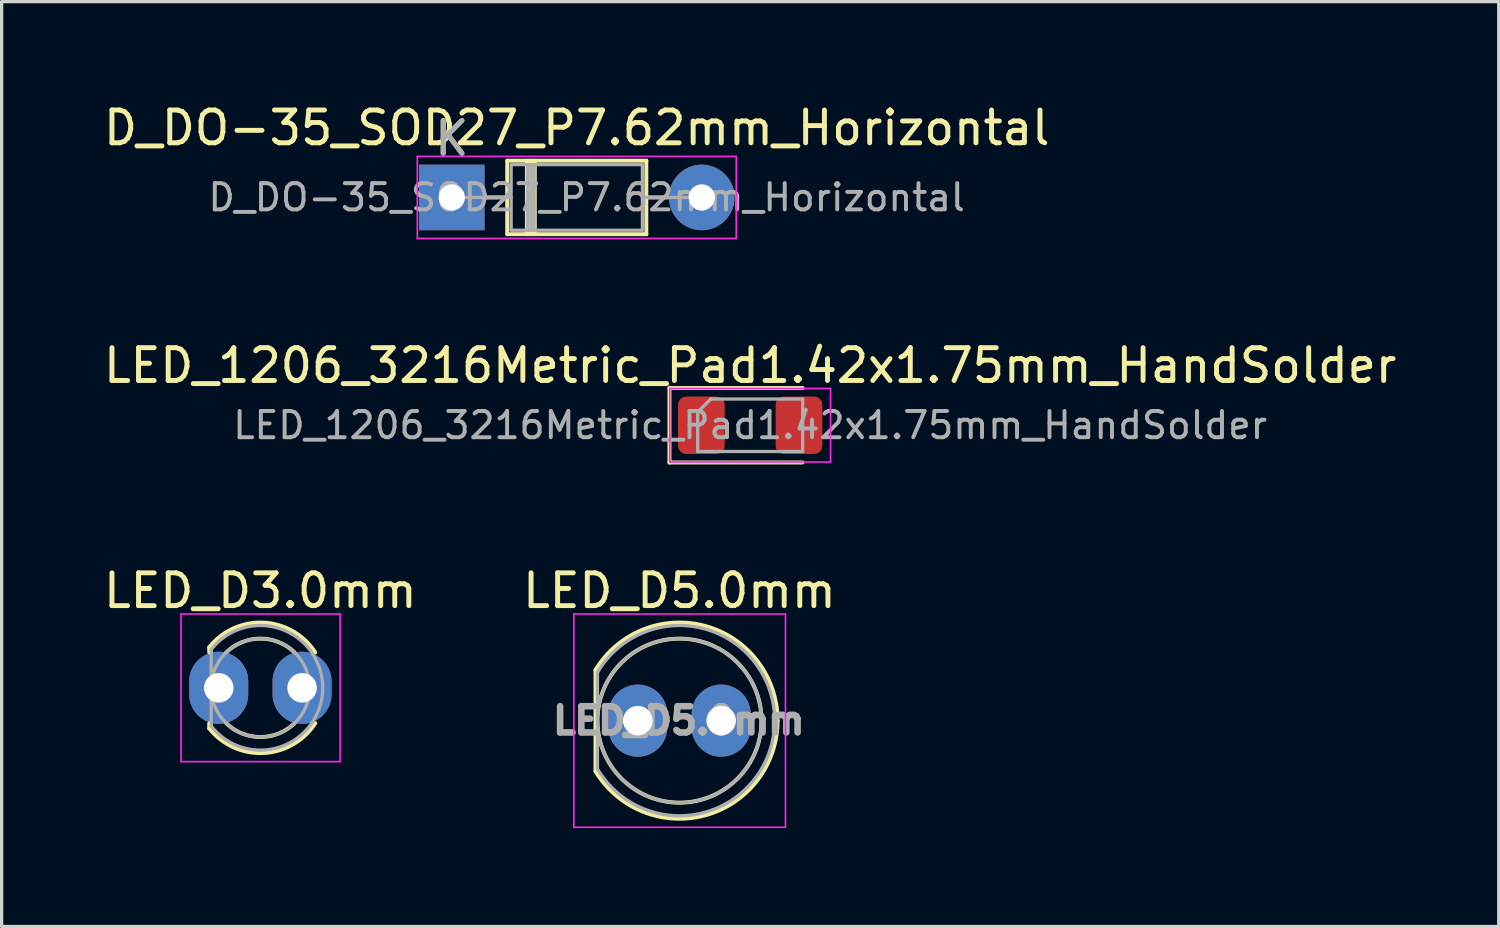
<source format=kicad_pcb>
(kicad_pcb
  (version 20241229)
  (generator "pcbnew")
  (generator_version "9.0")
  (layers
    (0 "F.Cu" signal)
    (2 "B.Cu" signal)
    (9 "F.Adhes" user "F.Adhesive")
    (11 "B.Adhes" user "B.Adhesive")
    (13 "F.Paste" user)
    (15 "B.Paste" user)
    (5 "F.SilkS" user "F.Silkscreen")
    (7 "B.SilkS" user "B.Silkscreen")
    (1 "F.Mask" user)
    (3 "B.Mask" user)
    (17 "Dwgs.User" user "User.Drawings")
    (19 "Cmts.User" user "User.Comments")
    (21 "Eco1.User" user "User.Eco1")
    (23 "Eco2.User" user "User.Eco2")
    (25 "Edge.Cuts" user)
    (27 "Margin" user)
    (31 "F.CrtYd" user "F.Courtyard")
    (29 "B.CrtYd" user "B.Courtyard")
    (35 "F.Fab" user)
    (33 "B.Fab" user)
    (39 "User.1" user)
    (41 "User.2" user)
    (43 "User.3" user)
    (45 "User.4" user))
  (footprint "D_DO-35_SOD27_P7.62mm_Horizontal"
    (layer "F.Cu")
    (at 10.72 2.968)
    (property "Reference" "D_DO-35_SOD27_P7.62mm_Horizontal" (at 3.81 -2.12 0) (layer "F.SilkS") (effects (font (size 1 1) (thickness 0.15))))
    (attr through_hole)
    (fp_line (start 1.04 0) (end 1.69 0) (stroke (width 0.12) (type solid)) (layer "F.SilkS"))
    (fp_line (start 1.69 -1.12) (end 1.69 1.12) (stroke (width 0.12) (type solid)) (layer "F.SilkS"))
    (fp_line (start 1.69 1.12) (end 5.93 1.12) (stroke (width 0.12) (type solid)) (layer "F.SilkS"))
    (fp_line (start 2.29 -1.12) (end 2.29 1.12) (stroke (width 0.12) (type solid)) (layer "F.SilkS"))
    (fp_line (start 2.41 -1.12) (end 2.41 1.12) (stroke (width 0.12) (type solid)) (layer "F.SilkS"))
    (fp_line (start 2.53 -1.12) (end 2.53 1.12) (stroke (width 0.12) (type solid)) (layer "F.SilkS"))
    (fp_line (start 5.93 -1.12) (end 1.69 -1.12) (stroke (width 0.12) (type solid)) (layer "F.SilkS"))
    (fp_line (start 5.93 1.12) (end 5.93 -1.12) (stroke (width 0.12) (type solid)) (layer "F.SilkS"))
    (fp_line (start 6.58 0) (end 5.93 0) (stroke (width 0.12) (type solid)) (layer "F.SilkS"))
    (fp_line (start -1.05 -1.25) (end -1.05 1.25) (stroke (width 0.05) (type solid)) (layer "F.CrtYd"))
    (fp_line (start -1.05 1.25) (end 8.67 1.25) (stroke (width 0.05) (type solid)) (layer "F.CrtYd"))
    (fp_line (start 8.67 -1.25) (end -1.05 -1.25) (stroke (width 0.05) (type solid)) (layer "F.CrtYd"))
    (fp_line (start 8.67 1.25) (end 8.67 -1.25) (stroke (width 0.05) (type solid)) (layer "F.CrtYd"))
    (fp_line (start 0 0) (end 1.81 0) (stroke (width 0.1) (type solid)) (layer "F.Fab"))
    (fp_line (start 1.81 -1) (end 1.81 1) (stroke (width 0.1) (type solid)) (layer "F.Fab"))
    (fp_line (start 1.81 1) (end 5.81 1) (stroke (width 0.1) (type solid)) (layer "F.Fab"))
    (fp_line (start 2.31 -1) (end 2.31 1) (stroke (width 0.1) (type solid)) (layer "F.Fab"))
    (fp_line (start 2.41 -1) (end 2.41 1) (stroke (width 0.1) (type solid)) (layer "F.Fab"))
    (fp_line (start 2.51 -1) (end 2.51 1) (stroke (width 0.1) (type solid)) (layer "F.Fab"))
    (fp_line (start 5.81 -1) (end 1.81 -1) (stroke (width 0.1) (type solid)) (layer "F.Fab"))
    (fp_line (start 5.81 1) (end 5.81 -1) (stroke (width 0.1) (type solid)) (layer "F.Fab"))
    (fp_line (start 7.62 0) (end 5.81 0) (stroke (width 0.1) (type solid)) (layer "F.Fab"))
    (fp_text user "K" (at 0 -1.8 0) (layer "F.SilkS") (effects (font (size 1 1) (thickness 0.15))))
    (fp_text user "${REFERENCE}" (at 4.11 0 0) (layer "F.Fab") (effects (font (size 0.8 0.8) (thickness 0.12))))
    (fp_text user "K" (at 0 -1.8 0) (layer "F.Fab") (effects (font (size 1 1) (thickness 0.15))))
    (pad "1" thru_hole rect (at 0 0) (size 2 2) (drill 0.8) (layers "*.Cu" "*.Mask"))
    (pad "2" thru_hole oval (at 7.62 0) (size 2 2) (drill 0.8) (layers "*.Cu" "*.Mask")))
  (footprint "LED_D3.0mm"
    (layer "F.Cu")
    (at 3.617 17.915)
    (property "Reference" "LED_D3.0mm" (at 1.27 -2.96 0) (layer "F.SilkS") (effects (font (size 1 1) (thickness 0.15))))
    (attr through_hole)
    (fp_line (start -0.29 -1.236) (end -0.29 -1.08) (stroke (width 0.12) (type solid)) (layer "F.SilkS"))
    (fp_line (start -0.29 1.08) (end -0.29 1.236) (stroke (width 0.12) (type solid)) (layer "F.SilkS"))
    (fp_arc (start -0.29 -1.235516) (mid 1.366487 -1.987659) (end 2.942335 -1.078608) (stroke (width 0.12) (type solid)) (layer "F.SilkS"))
    (fp_arc (start 0.229039 -1.08) (mid 1.270117 -1.5) (end 2.31113 -1.079837) (stroke (width 0.12) (type solid)) (layer "F.SilkS"))
    (fp_arc (start 2.31113 1.079837) (mid 1.270117 1.5) (end 0.229039 1.08) (stroke (width 0.12) (type solid)) (layer "F.SilkS"))
    (fp_arc (start 2.942335 1.078608) (mid 1.366487 1.987659) (end -0.29 1.235516) (stroke (width 0.12) (type solid)) (layer "F.SilkS"))
    (fp_line (start -1.15 -2.25) (end -1.15 2.25) (stroke (width 0.05) (type solid)) (layer "F.CrtYd"))
    (fp_line (start -1.15 2.25) (end 3.7 2.25) (stroke (width 0.05) (type solid)) (layer "F.CrtYd"))
    (fp_line (start 3.7 -2.25) (end -1.15 -2.25) (stroke (width 0.05) (type solid)) (layer "F.CrtYd"))
    (fp_line (start 3.7 2.25) (end 3.7 -2.25) (stroke (width 0.05) (type solid)) (layer "F.CrtYd"))
    (fp_line (start -0.23 -1.166) (end -0.23 1.166) (stroke (width 0.1) (type solid)) (layer "F.Fab"))
    (fp_arc (start -0.23 -1.16619) (mid 3.17 0.000452) (end -0.230555 1.165476) (stroke (width 0.1) (type solid)) (layer "F.Fab"))
    (fp_circle (center 1.27 0) (end 2.77 0) (stroke (width 0.1) (type solid)) (fill no) (layer "F.Fab"))
    (pad "1" thru_hole oval (at 0 0) (size 1.8 2.2) (drill 0.9) (layers "*.Cu" "*.Mask"))
    (pad "2" thru_hole oval (at 2.54 0) (size 1.8 2.2) (drill 0.9) (layers "*.Cu" "*.Mask")))
  (footprint "LED_D5.0mm"
    (layer "F.Cu")
    (at 16.391 18.915)
    (property "Reference" "LED_D5.0mm" (at 1.27 -3.96 0) (layer "F.SilkS") (effects (font (size 1 1) (thickness 0.15))))
    (attr through_hole)
    (fp_line (start -1.29 -1.545) (end -1.29 1.545) (stroke (width 0.12) (type solid)) (layer "F.SilkS"))
    (fp_arc (start -1.29 -1.54483) (mid 2.072002 -2.880433) (end 4.26 0.000462) (stroke (width 0.12) (type solid)) (layer "F.SilkS"))
    (fp_arc (start 4.26 -0.000462) (mid 2.072002 2.880433) (end -1.29 1.54483) (stroke (width 0.12) (type solid)) (layer "F.SilkS"))
    (fp_circle (center 1.27 0) (end 3.77 0) (stroke (width 0.12) (type solid)) (fill no) (layer "F.SilkS"))
    (fp_line (start -1.95 -3.25) (end -1.95 3.25) (stroke (width 0.05) (type solid)) (layer "F.CrtYd"))
    (fp_line (start -1.95 3.25) (end 4.5 3.25) (stroke (width 0.05) (type solid)) (layer "F.CrtYd"))
    (fp_line (start 4.5 -3.25) (end -1.95 -3.25) (stroke (width 0.05) (type solid)) (layer "F.CrtYd"))
    (fp_line (start 4.5 3.25) (end 4.5 -3.25) (stroke (width 0.05) (type solid)) (layer "F.CrtYd"))
    (fp_line (start -1.23 -1.47) (end -1.23 1.47) (stroke (width 0.1) (type solid)) (layer "F.Fab"))
    (fp_arc (start -1.23 -1.469694) (mid 4.17 0.000016) (end -1.230016 1.469666) (stroke (width 0.1) (type solid)) (layer "F.Fab"))
    (fp_circle (center 1.27 0) (end 3.77 0) (stroke (width 0.1) (type solid)) (fill no) (layer "F.Fab"))
    (fp_text user "${REFERENCE}" (at 1.25 0 0) (layer "F.Fab") (effects (font (size 0.8 0.8) (thickness 0.2))))
    (pad "1" thru_hole oval (at 0 0) (size 1.8 2.2) (drill 0.9) (layers "*.Cu" "*.Mask"))
    (pad "2" thru_hole oval (at 2.54 0) (size 1.8 2.2) (drill 0.9) (layers "*.Cu" "*.Mask")))
  (footprint "LED_1206_3216Metric_Pad1.42x1.75mm_HandSolder"
    (layer "F.Cu")
    (at 19.815 9.912)
    (property "Reference" "LED_1206_3216Metric_Pad1.42x1.75mm_HandSolder" (at 0 -1.82 0) (layer "F.SilkS") (effects (font (size 1 1) (thickness 0.15))))
    (attr smd)
    (fp_line (start -2.46 -1.135) (end -2.46 1.135) (stroke (width 0.12) (type solid)) (layer "F.SilkS"))
    (fp_line (start -2.46 1.135) (end 1.6 1.135) (stroke (width 0.12) (type solid)) (layer "F.SilkS"))
    (fp_line (start 1.6 -1.135) (end -2.46 -1.135) (stroke (width 0.12) (type solid)) (layer "F.SilkS"))
    (fp_line (start -2.45 -1.12) (end 2.45 -1.12) (stroke (width 0.05) (type solid)) (layer "F.CrtYd"))
    (fp_line (start -2.45 1.12) (end -2.45 -1.12) (stroke (width 0.05) (type solid)) (layer "F.CrtYd"))
    (fp_line (start 2.45 -1.12) (end 2.45 1.12) (stroke (width 0.05) (type solid)) (layer "F.CrtYd"))
    (fp_line (start 2.45 1.12) (end -2.45 1.12) (stroke (width 0.05) (type solid)) (layer "F.CrtYd"))
    (fp_line (start -1.6 -0.4) (end -1.6 0.8) (stroke (width 0.1) (type solid)) (layer "F.Fab"))
    (fp_line (start -1.6 0.8) (end 1.6 0.8) (stroke (width 0.1) (type solid)) (layer "F.Fab"))
    (fp_line (start -1.2 -0.8) (end -1.6 -0.4) (stroke (width 0.1) (type solid)) (layer "F.Fab"))
    (fp_line (start 1.6 -0.8) (end -1.2 -0.8) (stroke (width 0.1) (type solid)) (layer "F.Fab"))
    (fp_line (start 1.6 0.8) (end 1.6 -0.8) (stroke (width 0.1) (type solid)) (layer "F.Fab"))
    (fp_text user "${REFERENCE}" (at 0 0 0) (layer "F.Fab") (effects (font (size 0.8 0.8) (thickness 0.12))))
    (pad "1" smd roundrect (at -1.488 0) (size 1.425 1.75) (layers "F.Cu" "F.Mask" "F.Paste") (roundrect_rratio 0.175))
    (pad "2" smd roundrect (at 1.488 0) (size 1.425 1.75) (layers "F.Cu" "F.Mask" "F.Paste") (roundrect_rratio 0.175)))
  (gr_rect
    (start -3 -3)
    (end 42.631 25.19)
    (stroke (width 0.1) (type default))
    (fill no)
    (layer "Edge.Cuts")))
</source>
